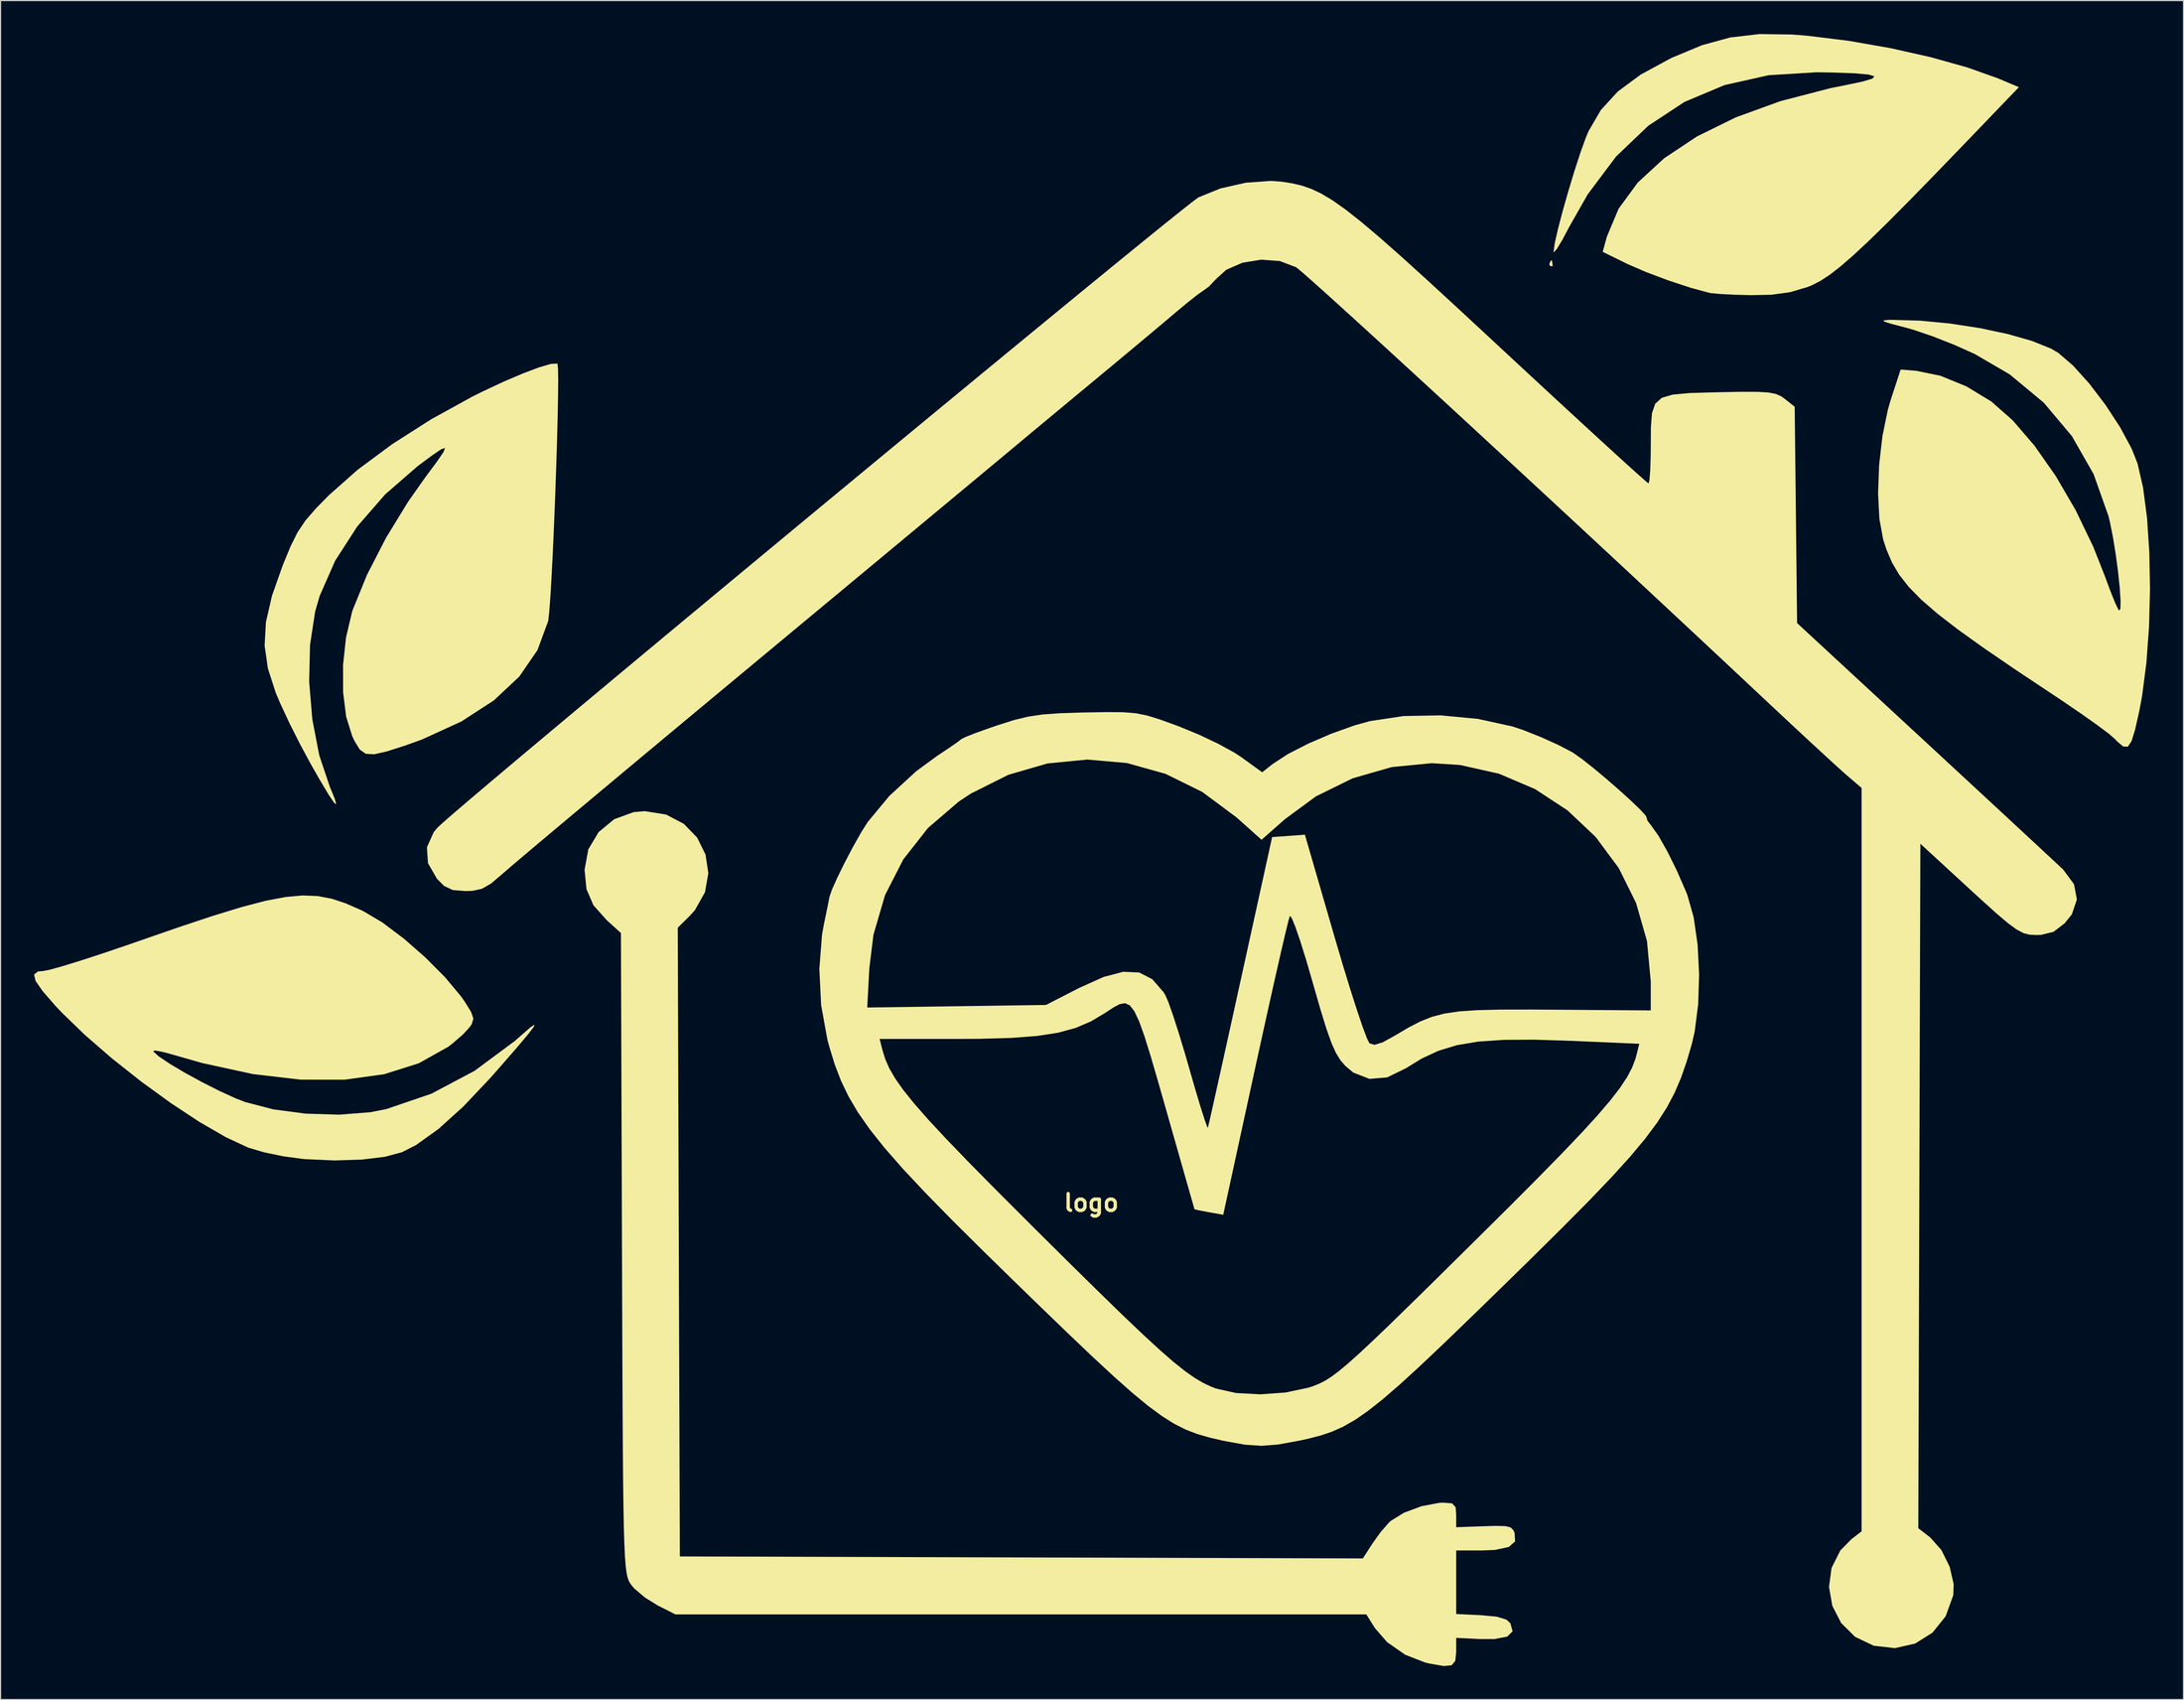
<source format=kicad_pcb>
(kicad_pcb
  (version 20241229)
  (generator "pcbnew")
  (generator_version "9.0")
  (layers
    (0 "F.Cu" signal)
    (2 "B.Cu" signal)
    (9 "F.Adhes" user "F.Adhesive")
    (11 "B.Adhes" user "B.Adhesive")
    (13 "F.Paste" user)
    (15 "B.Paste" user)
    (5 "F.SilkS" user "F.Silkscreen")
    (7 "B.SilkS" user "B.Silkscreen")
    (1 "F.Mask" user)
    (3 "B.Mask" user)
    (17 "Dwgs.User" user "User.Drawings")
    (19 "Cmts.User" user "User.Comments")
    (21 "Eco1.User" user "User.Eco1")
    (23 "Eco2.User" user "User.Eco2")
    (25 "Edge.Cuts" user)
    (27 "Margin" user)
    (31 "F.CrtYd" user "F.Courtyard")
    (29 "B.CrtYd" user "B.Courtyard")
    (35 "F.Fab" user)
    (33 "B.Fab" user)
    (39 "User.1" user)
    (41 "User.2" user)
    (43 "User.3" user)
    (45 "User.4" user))
  (footprint "logo"
    (layer "F.Cu")
    (at 94.628 104.621)
    (property "Reference" "logo" (at 0 0 0) (layer "F.SilkS") (effects (font (size 1.5 1.5) (thickness 0.3))))
    (attr board_only exclude_from_pos_files exclude_from_bom)
    (fp_poly (pts (xy 41.245 -84.309) (xy 41.288 -83.884) (xy 41.245 -83.832) (xy 41.029 -83.881) (xy 41.003 -84.07) (xy 41.136 -84.365)) (stroke (width 0) (type solid)) (fill yes) (layer "F.SilkS"))
    (fp_poly (pts (xy 62.73 -104.58) (xy 64.104 -104.47) (xy 67.766 -104.018) (xy 71.496 -103.367) (xy 75.102 -102.559) (xy 78.388 -101.64) (xy 81.16 -100.653) (xy 81.379 -100.561) (xy 83.021 -99.867) (xy 78.613 -95.278) (xy 75.757 -92.316) (xy 73.34 -89.836) (xy 71.313 -87.794) (xy 69.624 -86.142) (xy 68.225 -84.836) (xy 67.065 -83.829) (xy 66.094 -83.075) (xy 65.262 -82.529) (xy 64.52 -82.146) (xy 64.108 -81.978) (xy 62.534 -81.512) (xy 60.86 -81.286) (xy 59.041 -81.25) (xy 57.553 -81.288) (xy 56.278 -81.353) (xy 55.444 -81.432) (xy 55.336 -81.452) (xy 53.67 -81.901) (xy 51.677 -82.557) (xy 49.676 -83.307) (xy 47.988 -84.037) (xy 47.833 -84.112) (xy 45.774 -85.127) (xy 46.141 -86.477) (xy 47.194 -88.986) (xy 48.917 -91.337) (xy 51.27 -93.502) (xy 54.209 -95.455) (xy 57.694 -97.169) (xy 61.681 -98.617) (xy 66.129 -99.773) (xy 67.536 -100.057) (xy 69.056 -100.375) (xy 69.912 -100.634) (xy 70.091 -100.839) (xy 69.585 -100.995) (xy 68.381 -101.105) (xy 66.47 -101.175) (xy 64.919 -101.2) (xy 60.619 -100.938) (xy 56.676 -100.054) (xy 53.087 -98.546) (xy 49.85 -96.412) (xy 46.963 -93.653) (xy 44.426 -90.267) (xy 42.759 -87.331) (xy 42.147 -86.176) (xy 41.673 -85.392) (xy 41.409 -85.092) (xy 41.377 -85.144) (xy 41.479 -85.892) (xy 41.764 -87.153) (xy 42.185 -88.761) (xy 42.692 -90.549) (xy 43.238 -92.351) (xy 43.776 -94.002) (xy 44.256 -95.335) (xy 44.497 -95.915) (xy 45.606 -97.821) (xy 47.128 -99.482) (xy 49.165 -100.988) (xy 51.818 -102.429) (xy 51.998 -102.515) (xy 54.664 -103.626) (xy 57.183 -104.316) (xy 59.793 -104.621)) (stroke (width 0) (type solid)) (fill yes) (layer "F.SilkS"))
    (fp_poly (pts (xy -47.78 -75.095) (xy -47.732 -74.67) (xy -47.717 -73.636) (xy -47.731 -72.097) (xy -47.769 -70.16) (xy -47.829 -67.929) (xy -47.906 -65.509) (xy -47.996 -63.006) (xy -48.096 -60.525) (xy -48.202 -58.171) (xy -48.31 -56.05) (xy -48.415 -54.266) (xy -48.515 -52.925) (xy -48.605 -52.131) (xy -48.621 -52.052) (xy -49.575 -49.47) (xy -51.204 -47.1) (xy -53.484 -44.964) (xy -56.392 -43.081) (xy -59.902 -41.474) (xy -61.388 -40.94) (xy -63.052 -40.406) (xy -64.188 -40.148) (xy -64.944 -40.193) (xy -65.473 -40.567) (xy -65.924 -41.296) (xy -66.151 -41.767) (xy -66.696 -43.516) (xy -66.969 -45.713) (xy -66.973 -48.146) (xy -66.708 -50.601) (xy -66.175 -52.862) (xy -66.088 -53.125) (xy -64.833 -56.206) (xy -63.142 -59.499) (xy -61.145 -62.765) (xy -59.628 -64.918) (xy -58.573 -66.34) (xy -57.973 -67.218) (xy -57.846 -67.578) (xy -58.207 -67.447) (xy -59.073 -66.852) (xy -60.288 -65.948) (xy -63.205 -63.413) (xy -65.699 -60.547) (xy -67.683 -57.472) (xy -69.071 -54.31) (xy -69.474 -52.91) (xy -69.929 -49.939) (xy -70.006 -46.647) (xy -69.724 -43.275) (xy -69.105 -40.068) (xy -68.167 -37.269) (xy -68.161 -37.255) (xy -67.708 -36.148) (xy -67.581 -35.669) (xy -67.772 -35.807) (xy -68.275 -36.554) (xy -69.08 -37.902) (xy -69.809 -39.177) (xy -70.789 -40.99) (xy -71.759 -42.916) (xy -72.585 -44.683) (xy -73.005 -45.675) (xy -73.7 -47.834) (xy -73.993 -49.884) (xy -73.874 -51.997) (xy -73.333 -54.342) (xy -72.373 -57.061) (xy -71.671 -58.763) (xy -71.043 -60.024) (xy -70.333 -61.081) (xy -69.384 -62.172) (xy -68.227 -63.349) (xy -65.679 -65.608) (xy -62.583 -67.904) (xy -59.101 -70.128) (xy -55.396 -72.17) (xy -54.61 -72.562) (xy -52.675 -73.472) (xy -50.918 -74.224) (xy -49.449 -74.778) (xy -48.379 -75.092) (xy -47.82 -75.125)) (stroke (width 0) (type solid)) (fill yes) (layer "F.SilkS"))
    (fp_poly (pts (xy 74.194 -78.965) (xy 76.87 -78.707) (xy 79.535 -78.298) (xy 82.031 -77.767) (xy 84.202 -77.147) (xy 85.889 -76.468) (xy 86.545 -76.087) (xy 87.872 -74.944) (xy 89.329 -73.326) (xy 90.778 -71.421) (xy 92.084 -69.422) (xy 93.111 -67.516) (xy 93.641 -66.183) (xy 94.138 -64.015) (xy 94.49 -61.308) (xy 94.697 -58.223) (xy 94.758 -54.923) (xy 94.67 -51.568) (xy 94.433 -48.323) (xy 94.046 -45.347) (xy 93.806 -44.06) (xy 93.427 -42.368) (xy 93.101 -41.314) (xy 92.767 -40.828) (xy 92.363 -40.842) (xy 91.829 -41.287) (xy 91.587 -41.546) (xy 91.055 -42.001) (xy 90.037 -42.762) (xy 88.655 -43.742) (xy 87.028 -44.854) (xy 85.997 -45.541) (xy 82.653 -47.766) (xy 79.868 -49.67) (xy 77.586 -51.305) (xy 75.747 -52.724) (xy 74.294 -53.98) (xy 73.169 -55.128) (xy 72.314 -56.218) (xy 71.671 -57.306) (xy 71.181 -58.443) (xy 70.877 -59.37) (xy 70.536 -61.218) (xy 70.419 -63.524) (xy 70.514 -66.069) (xy 70.81 -68.633) (xy 71.294 -70.998) (xy 71.561 -71.907) (xy 72.438 -74.59) (xy 73.83 -74.478) (xy 76.002 -74.032) (xy 78.324 -73.083) (xy 80.551 -71.73) (xy 82.467 -70.044) (xy 84.419 -67.776) (xy 86.325 -65.051) (xy 88.106 -61.994) (xy 89.679 -58.728) (xy 90.718 -56.095) (xy 91.21 -54.766) (xy 91.638 -53.705) (xy 91.931 -53.09) (xy 91.985 -53.015) (xy 92.108 -53.173) (xy 92.124 -53.893) (xy 92.051 -55.032) (xy 91.903 -56.446) (xy 91.698 -57.993) (xy 91.451 -59.528) (xy 91.177 -60.909) (xy 91.045 -61.461) (xy 89.712 -65.225) (xy 87.767 -68.629) (xy 85.252 -71.621) (xy 82.208 -74.151) (xy 79.078 -75.978) (xy 77.274 -76.788) (xy 75.338 -77.552) (xy 73.585 -78.148) (xy 72.934 -78.331) (xy 71.631 -78.672) (xy 70.975 -78.881) (xy 70.908 -78.991) (xy 71.37 -79.034) (xy 71.664 -79.039)) (stroke (width 0) (type solid)) (fill yes) (layer "F.SilkS"))
    (fp_poly (pts (xy -38.058 -34.754) (xy -36.473 -33.923) (xy -35.279 -32.689) (xy -34.53 -31.174) (xy -34.279 -29.504) (xy -34.578 -27.803) (xy -35.482 -26.193) (xy -35.954 -25.672) (xy -37.016 -24.625) (xy -36.923 3.518) (xy -36.83 31.661) (xy -6.264 31.75) (xy 24.303 31.838) (xy 25.167 30.497) (xy 25.889 29.492) (xy 26.615 28.653) (xy 26.78 28.496) (xy 27.975 27.75) (xy 29.543 27.165) (xy 31.134 26.863) (xy 31.478 26.847) (xy 32.289 26.906) (xy 32.607 27.253) (xy 32.657 27.937) (xy 32.657 29.043) (xy 34.744 28.968) (xy 36.179 28.925) (xy 37.053 28.945) (xy 37.529 29.059) (xy 37.769 29.298) (xy 37.886 29.559) (xy 37.931 30.316) (xy 37.355 30.817) (xy 36.133 31.077) (xy 34.971 31.124) (xy 32.657 31.124) (xy 32.657 33.969) (xy 32.657 36.814) (xy 34.887 36.92) (xy 36.309 37.055) (xy 37.155 37.319) (xy 37.51 37.643) (xy 37.706 38.363) (xy 37.228 38.835) (xy 36.084 39.056) (xy 34.822 39.056) (xy 32.657 38.95) (xy 32.657 40.224) (xy 32.579 40.999) (xy 32.254 41.399) (xy 31.547 41.47) (xy 30.323 41.258) (xy 29.884 41.157) (xy 28.096 40.461) (xy 26.483 39.339) (xy 25.389 38.082) (xy 24.615 36.848) (xy -6.303 36.848) (xy -37.221 36.848) (xy -38.818 36.043) (xy -39.949 35.341) (xy -40.908 34.525) (xy -41.163 34.228) (xy -41.298 34.033) (xy -41.417 33.805) (xy -41.519 33.498) (xy -41.607 33.063) (xy -41.681 32.452) (xy -41.744 31.619) (xy -41.796 30.515) (xy -41.84 29.092) (xy -41.875 27.302) (xy -41.904 25.098) (xy -41.928 22.432) (xy -41.948 19.256) (xy -41.966 15.523) (xy -41.983 11.184) (xy -42 6.193) (xy -42.006 4.535) (xy -42.102 -24.148) (xy -43.37 -25.295) (xy -44.562 -26.632) (xy -45.185 -28.074) (xy -45.356 -29.806) (xy -45.021 -31.634) (xy -44.099 -33.182) (xy -42.709 -34.332) (xy -40.97 -34.969) (xy -39.981 -35.058)) (stroke (width 0) (type solid)) (fill yes) (layer "F.SilkS"))
    (fp_poly (pts (xy -69.235 -27.455) (xy -67.98 -27.215) (xy -66.74 -26.804) (xy -65.43 -26.231) (xy -65.11 -26.078) (xy -63.428 -25.075) (xy -61.53 -23.646) (xy -59.604 -21.959) (xy -57.838 -20.183) (xy -56.42 -18.485) (xy -56.078 -17.997) (xy -55.504 -17.069) (xy -55.31 -16.484) (xy -55.448 -16.007) (xy -55.623 -15.739) (xy -56.244 -15.065) (xy -57.174 -14.26) (xy -57.577 -13.954) (xy -60.197 -12.486) (xy -63.301 -11.506) (xy -66.84 -11.018) (xy -70.768 -11.022) (xy -75.036 -11.519) (xy -79.599 -12.513) (xy -81.912 -13.176) (xy -83.025 -13.487) (xy -83.771 -13.631) (xy -83.991 -13.578) (xy -83.99 -13.576) (xy -83.48 -13.111) (xy -82.47 -12.434) (xy -81.117 -11.631) (xy -79.58 -10.792) (xy -78.018 -10.002) (xy -76.587 -9.349) (xy -75.751 -9.022) (xy -73.211 -8.36) (xy -70.31 -7.977) (xy -67.328 -7.887) (xy -64.545 -8.104) (xy -63.112 -8.382) (xy -59.065 -9.763) (xy -55.198 -11.813) (xy -51.579 -14.498) (xy -50.998 -15.011) (xy -50.201 -15.704) (xy -49.835 -15.952) (xy -49.909 -15.741) (xy -50.435 -15.055) (xy -51.425 -13.879) (xy -52.888 -12.198) (xy -53.781 -11.186) (xy -56.201 -8.623) (xy -58.432 -6.607) (xy -60.431 -5.175) (xy -61.704 -4.526) (xy -63.245 -4.113) (xy -65.317 -3.864) (xy -67.742 -3.79) (xy -70.342 -3.905) (xy -70.576 -3.925) (xy -72.296 -4.155) (xy -74.043 -4.517) (xy -75.446 -4.934) (xy -75.474 -4.945) (xy -77.471 -5.874) (xy -79.821 -7.234) (xy -82.39 -8.927) (xy -85.044 -10.854) (xy -87.648 -12.916) (xy -90.069 -15.014) (xy -92.171 -17.05) (xy -92.692 -17.604) (xy -93.857 -18.941) (xy -94.495 -19.865) (xy -94.628 -20.433) (xy -94.275 -20.705) (xy -93.8 -20.749) (xy -93.201 -20.866) (xy -92.033 -21.193) (xy -90.411 -21.695) (xy -88.446 -22.336) (xy -86.253 -23.081) (xy -85.364 -23.39) (xy -81.693 -24.663) (xy -78.616 -25.686) (xy -76.05 -26.472) (xy -73.912 -27.031) (xy -72.118 -27.373) (xy -70.587 -27.511)) (stroke (width 0) (type solid)) (fill yes) (layer "F.SilkS"))
    (fp_poly (pts (xy 17.05 -91.405) (xy 17.973 -91.259) (xy 18.838 -91.057) (xy 19.699 -90.759) (xy 20.607 -90.327) (xy 21.613 -89.721) (xy 22.771 -88.902) (xy 24.132 -87.829) (xy 25.748 -86.465) (xy 27.671 -84.769) (xy 29.953 -82.701) (xy 32.647 -80.224) (xy 35.803 -77.296) (xy 36.358 -76.78) (xy 38.96 -74.364) (xy 41.401 -72.103) (xy 43.632 -70.045) (xy 45.601 -68.235) (xy 47.257 -66.721) (xy 48.552 -65.547) (xy 49.432 -64.761) (xy 49.849 -64.409) (xy 49.875 -64.394) (xy 49.961 -64.726) (xy 50.029 -65.616) (xy 50.068 -66.907) (xy 50.074 -67.725) (xy 50.085 -69.446) (xy 50.184 -70.688) (xy 50.474 -71.53) (xy 51.057 -72.056) (xy 52.036 -72.346) (xy 53.513 -72.483) (xy 55.591 -72.546) (xy 56.14 -72.559) (xy 58.176 -72.597) (xy 59.62 -72.593) (xy 60.606 -72.534) (xy 61.269 -72.406) (xy 61.741 -72.196) (xy 62.067 -71.965) (xy 62.956 -71.256) (xy 63.063 -61.575) (xy 63.17 -51.895) (xy 74.492 -41.42) (xy 76.937 -39.157) (xy 79.256 -37.009) (xy 81.387 -35.034) (xy 83.268 -33.288) (xy 84.838 -31.83) (xy 86.034 -30.717) (xy 86.794 -30.007) (xy 86.994 -29.818) (xy 87.958 -28.511) (xy 88.213 -27.152) (xy 87.759 -25.811) (xy 87.114 -25.015) (xy 86.122 -24.257) (xy 85.011 -23.983) (xy 84.57 -23.969) (xy 83.99 -23.998) (xy 83.45 -24.133) (xy 82.849 -24.443) (xy 82.085 -24.997) (xy 81.058 -25.866) (xy 79.666 -27.119) (xy 78.645 -28.055) (xy 74.204 -32.141) (xy 74.112 -1.503) (xy 74.019 29.135) (xy 75.081 29.955) (xy 76.085 31.083) (xy 76.826 32.581) (xy 77.186 34.153) (xy 77.149 35.133) (xy 76.467 37.016) (xy 75.289 38.483) (xy 73.735 39.459) (xy 71.924 39.868) (xy 70.031 39.652) (xy 68.354 38.852) (xy 67.107 37.612) (xy 66.322 36.074) (xy 66.027 34.386) (xy 66.255 32.69) (xy 67.035 31.133) (xy 68.028 30.12) (xy 68.943 29.411) (xy 68.943 -3.86) (xy 68.943 -37.132) (xy 67.582 -38.301) (xy 66.921 -38.89) (xy 65.833 -39.883) (xy 64.416 -41.191) (xy 62.767 -42.724) (xy 60.983 -44.391) (xy 60.234 -45.093) (xy 56.999 -48.128) (xy 53.648 -51.261) (xy 50.225 -54.455) (xy 46.772 -57.671) (xy 43.33 -60.869) (xy 39.943 -64.01) (xy 36.652 -67.055) (xy 33.501 -69.966) (xy 30.53 -72.703) (xy 27.783 -75.227) (xy 25.302 -77.5) (xy 23.129 -79.482) (xy 21.306 -81.134) (xy 19.875 -82.418) (xy 18.88 -83.294) (xy 18.362 -83.723) (xy 18.324 -83.749) (xy 16.876 -84.302) (xy 15.195 -84.425) (xy 13.513 -84.149) (xy 12.061 -83.51) (xy 11.18 -82.703) (xy 10.521 -82.012) (xy 10.112 -81.718) (xy 9.548 -81.324) (xy 8.638 -80.609) (xy 7.579 -79.727) (xy 7.572 -79.721) (xy 6.642 -78.933) (xy 5.293 -77.8) (xy 3.662 -76.437) (xy 1.886 -74.957) (xy 0.513 -73.818) (xy -1.283 -72.328) (xy -3.041 -70.869) (xy -4.622 -69.555) (xy -5.89 -68.499) (xy -6.563 -67.937) (xy -7.155 -67.443) (xy -8.253 -66.528) (xy -9.811 -65.231) (xy -11.781 -63.593) (xy -14.114 -61.653) (xy -16.762 -59.451) (xy -19.678 -57.027) (xy -22.814 -54.42) (xy -26.122 -51.671) (xy -29.554 -48.818) (xy -29.754 -48.652) (xy -33.185 -45.799) (xy -36.489 -43.049) (xy -39.618 -40.441) (xy -42.525 -38.014) (xy -45.163 -35.808) (xy -47.485 -33.863) (xy -49.444 -32.218) (xy -50.993 -30.912) (xy -52.083 -29.985) (xy -52.669 -29.477) (xy -52.689 -29.458) (xy -53.728 -28.577) (xy -54.542 -28.107) (xy -55.39 -27.925) (xy -56.014 -27.904) (xy -57.156 -27.995) (xy -57.939 -28.369) (xy -58.569 -29.005) (xy -59.37 -30.4) (xy -59.466 -31.821) (xy -58.857 -33.179) (xy -58.511 -33.59) (xy -58.025 -34.039) (xy -57.032 -34.904) (xy -55.574 -36.151) (xy -53.691 -37.745) (xy -51.427 -39.652) (xy -48.824 -41.835) (xy -45.924 -44.262) (xy -42.769 -46.895) (xy -39.402 -49.702) (xy -35.863 -52.646) (xy -32.196 -55.693) (xy -28.443 -58.807) (xy -24.646 -61.955) (xy -20.846 -65.1) (xy -17.087 -68.209) (xy -13.41 -71.246) (xy -9.857 -74.176) (xy -6.472 -76.964) (xy -3.294 -79.576) (xy -0.368 -81.977) (xy 2.265 -84.131) (xy 4.563 -86.003) (xy 6.484 -87.56) (xy 7.985 -88.765) (xy 9.025 -89.584) (xy 9.56 -89.982) (xy 9.601 -90.007) (xy 11.56 -90.802) (xy 13.827 -91.313) (xy 16.054 -91.476)) (stroke (width 0) (type solid)) (fill yes) (layer "F.SilkS"))
    (fp_poly (pts (xy 2.869 -43.912) (xy 3.986 -43.82) (xy 4.994 -43.619) (xy 6.099 -43.278) (xy 7.509 -42.766) (xy 7.882 -42.627) (xy 9.644 -41.902) (xy 11.378 -41.079) (xy 12.824 -40.284) (xy 13.409 -39.901) (xy 15.294 -38.537) (xy 16.265 -39.301) (xy 17.609 -40.174) (xy 19.426 -41.106) (xy 21.482 -41.991) (xy 23.543 -42.728) (xy 24.934 -43.117) (xy 27.951 -43.571) (xy 31.268 -43.632) (xy 34.605 -43.316) (xy 37.681 -42.641) (xy 38.657 -42.318) (xy 40.25 -41.683) (xy 41.8 -40.982) (xy 43.009 -40.35) (xy 43.161 -40.259) (xy 43.923 -39.72) (xy 44.94 -38.917) (xy 46.09 -37.955) (xy 47.255 -36.941) (xy 48.315 -35.98) (xy 49.149 -35.177) (xy 49.639 -34.639) (xy 49.703 -34.471) (xy 49.776 -34.206) (xy 50.124 -33.755) (xy 50.767 -32.849) (xy 51.557 -31.451) (xy 52.402 -29.743) (xy 53.205 -27.907) (xy 53.35 -27.546) (xy 53.911 -25.565) (xy 54.264 -23.125) (xy 54.401 -20.452) (xy 54.317 -17.776) (xy 54.004 -15.323) (xy 53.744 -14.195) (xy 53.281 -12.627) (xy 52.786 -11.199) (xy 52.211 -9.852) (xy 51.51 -8.527) (xy 50.637 -7.164) (xy 49.546 -5.702) (xy 48.19 -4.083) (xy 46.522 -2.246) (xy 44.498 -0.133) (xy 42.069 2.317) (xy 39.19 5.163) (xy 37.135 7.176) (xy 34.138 10.097) (xy 31.594 12.554) (xy 29.443 14.591) (xy 27.627 16.254) (xy 26.087 17.585) (xy 24.766 18.631) (xy 23.604 19.435) (xy 22.544 20.042) (xy 21.527 20.497) (xy 20.494 20.843) (xy 19.386 21.127) (xy 18.604 21.297) (xy 16.742 21.637) (xy 15.24 21.758) (xy 13.766 21.659) (xy 11.989 21.34) (xy 11.761 21.292) (xy 10.57 21.016) (xy 9.489 20.704) (xy 8.458 20.308) (xy 7.417 19.783) (xy 6.306 19.085) (xy 5.066 18.168) (xy 3.636 16.987) (xy 1.958 15.496) (xy -0.029 13.651) (xy -2.385 11.405) (xy -5.169 8.714) (xy -6.364 7.552) (xy -9.672 4.32) (xy -12.493 1.517) (xy -14.873 -0.915) (xy -16.857 -3.032) (xy -18.489 -4.894) (xy -19.816 -6.558) (xy -20.883 -8.082) (xy -21.733 -9.523) (xy -22.413 -10.94) (xy -22.967 -12.391) (xy -23.44 -13.933) (xy -23.622 -14.607) (xy -23.633 -14.668) (xy -18.947 -14.668) (xy -18.699 -13.684) (xy -18.45 -12.877) (xy -18.087 -12.045) (xy -17.564 -11.139) (xy -16.839 -10.107) (xy -15.867 -8.898) (xy -14.607 -7.461) (xy -13.014 -5.747) (xy -11.045 -3.703) (xy -8.656 -1.28) (xy -5.804 1.574) (xy -4.747 2.627) (xy -1.762 5.588) (xy 0.769 8.079) (xy 2.895 10.146) (xy 4.668 11.833) (xy 6.137 13.183) (xy 7.352 14.242) (xy 8.366 15.053) (xy 9.227 15.662) (xy 9.986 16.112) (xy 10.694 16.448) (xy 11.162 16.63) (xy 12.956 17.032) (xy 15.124 17.148) (xy 17.379 16.986) (xy 19.434 16.552) (xy 19.853 16.413) (xy 20.37 16.208) (xy 20.893 15.946) (xy 21.47 15.584) (xy 22.153 15.075) (xy 22.992 14.373) (xy 24.039 13.435) (xy 25.343 12.213) (xy 26.955 10.664) (xy 28.926 8.741) (xy 31.306 6.399) (xy 34.114 3.623) (xy 37.232 0.529) (xy 39.869 -2.116) (xy 42.068 -4.359) (xy 43.871 -6.249) (xy 45.318 -7.834) (xy 46.452 -9.161) (xy 47.315 -10.279) (xy 47.948 -11.235) (xy 48.393 -12.078) (xy 48.692 -12.855) (xy 48.812 -13.287) (xy 49.044 -14.231) (xy 42.991 -14.494) (xy 39.637 -14.6) (xy 36.885 -14.584) (xy 34.619 -14.426) (xy 32.722 -14.107) (xy 31.079 -13.609) (xy 29.573 -12.911) (xy 28.162 -12.045) (xy 26.473 -11.221) (xy 24.891 -11.092) (xy 23.449 -11.655) (xy 22.733 -12.253) (xy 22.289 -12.772) (xy 21.887 -13.428) (xy 21.484 -14.331) (xy 21.038 -15.59) (xy 20.505 -17.317) (xy 19.843 -19.622) (xy 19.798 -19.78) (xy 19.224 -21.753) (xy 18.701 -23.428) (xy 18.261 -24.707) (xy 17.94 -25.492) (xy 17.771 -25.686) (xy 17.769 -25.683) (xy 17.641 -25.239) (xy 17.381 -24.175) (xy 17.006 -22.571) (xy 16.536 -20.508) (xy 15.988 -18.065) (xy 15.38 -15.322) (xy 14.731 -12.36) (xy 14.669 -12.073) (xy 11.807 1.075) (xy 10.53 0.848) (xy 9.686 0.688) (xy 9.25 0.587) (xy 9.235 0.579) (xy 9.136 0.238) (xy 8.869 -0.696) (xy 8.461 -2.126) (xy 7.939 -3.958) (xy 7.331 -6.093) (xy 6.927 -7.513) (xy 6.054 -10.579) (xy 5.345 -13.018) (xy 4.764 -14.888) (xy 4.277 -16.248) (xy 3.847 -17.158) (xy 3.438 -17.677) (xy 3.015 -17.866) (xy 2.543 -17.783) (xy 1.984 -17.487) (xy 1.305 -17.039) (xy 1.233 -16.991) (xy -0.047 -16.232) (xy -1.41 -15.649) (xy -2.97 -15.223) (xy -4.843 -14.933) (xy -7.143 -14.758) (xy -9.986 -14.678) (xy -11.87 -14.668) (xy -18.947 -14.668) (xy -23.633 -14.668) (xy -24.143 -17.479) (xy -20.057 -17.479) (xy -12.057 -17.594) (xy -4.056 -17.708) (xy -1.092 -19.229) (xy 1.096 -20.214) (xy 2.862 -20.678) (xy 4.288 -20.613) (xy 5.457 -20.013) (xy 6.45 -18.871) (xy 6.619 -18.603) (xy 6.899 -17.96) (xy 7.32 -16.766) (xy 7.836 -15.162) (xy 8.402 -13.287) (xy 8.751 -12.077) (xy 9.286 -10.218) (xy 9.755 -8.65) (xy 10.126 -7.482) (xy 10.364 -6.82) (xy 10.434 -6.716) (xy 10.529 -7.116) (xy 10.76 -8.136) (xy 11.109 -9.696) (xy 11.559 -11.718) (xy 12.091 -14.122) (xy 12.688 -16.829) (xy 13.332 -19.759) (xy 13.355 -19.86) (xy 16.183 -32.734) (xy 17.65 -32.841) (xy 19.118 -32.948) (xy 21.766 -23.81) (xy 22.491 -21.355) (xy 23.176 -19.12) (xy 23.792 -17.199) (xy 24.305 -15.687) (xy 24.687 -14.679) (xy 24.898 -14.275) (xy 25.36 -14.138) (xy 26.095 -14.369) (xy 27.165 -14.962) (xy 28.368 -15.671) (xy 29.433 -16.225) (xy 30.473 -16.64) (xy 31.601 -16.936) (xy 32.93 -17.131) (xy 34.573 -17.244) (xy 36.642 -17.293) (xy 39.252 -17.297) (xy 41.275 -17.285) (xy 50.074 -17.22) (xy 50.074 -19.804) (xy 49.735 -23.432) (xy 48.757 -26.84) (xy 47.205 -29.966) (xy 45.14 -32.749) (xy 42.624 -35.125) (xy 39.721 -37.032) (xy 36.492 -38.408) (xy 33 -39.19) (xy 30.48 -39.352) (xy 26.892 -39.004) (xy 23.387 -37.996) (xy 20.104 -36.38) (xy 17.326 -34.338) (xy 15.238 -32.496) (xy 12.982 -34.51) (xy 9.933 -36.777) (xy 6.642 -38.397) (xy 3.186 -39.365) (xy -0.361 -39.676) (xy -3.921 -39.327) (xy -7.421 -38.313) (xy -10.783 -36.63) (xy -11.871 -35.912) (xy -14.621 -33.549) (xy -16.831 -30.735) (xy -18.468 -27.53) (xy -19.501 -23.992) (xy -19.869 -20.992) (xy -20.057 -17.479) (xy -24.143 -17.479) (xy -24.181 -17.684) (xy -24.343 -20.934) (xy -24.099 -24.03) (xy -23.941 -24.896) (xy -23.694 -26.083) (xy -23.51 -26.995) (xy -23.439 -27.368) (xy -23.213 -28.035) (xy -22.72 -29.135) (xy -22.057 -30.479) (xy -21.32 -31.879) (xy -20.605 -33.146) (xy -20.014 -34.084) (xy -18.079 -36.419) (xy -15.685 -38.622) (xy -13.789 -40.011) (xy -12.742 -40.708) (xy -11.956 -41.254) (xy -11.611 -41.52) (xy -11.208 -41.719) (xy -10.282 -42.079) (xy -9 -42.537) (xy -8.346 -42.76) (xy -6.919 -43.211) (xy -5.663 -43.517) (xy -4.358 -43.712) (xy -2.784 -43.825) (xy -0.724 -43.889) (xy -0.511 -43.893) (xy 1.439 -43.926)) (stroke (width 0) (type solid)) (fill yes) (layer "F.SilkS")))
  (gr_rect
    (start -3 -3)
    (end 192.385 149.091)
    (stroke (width 0.1) (type default))
    (fill no)
    (layer "Edge.Cuts")))
</source>
